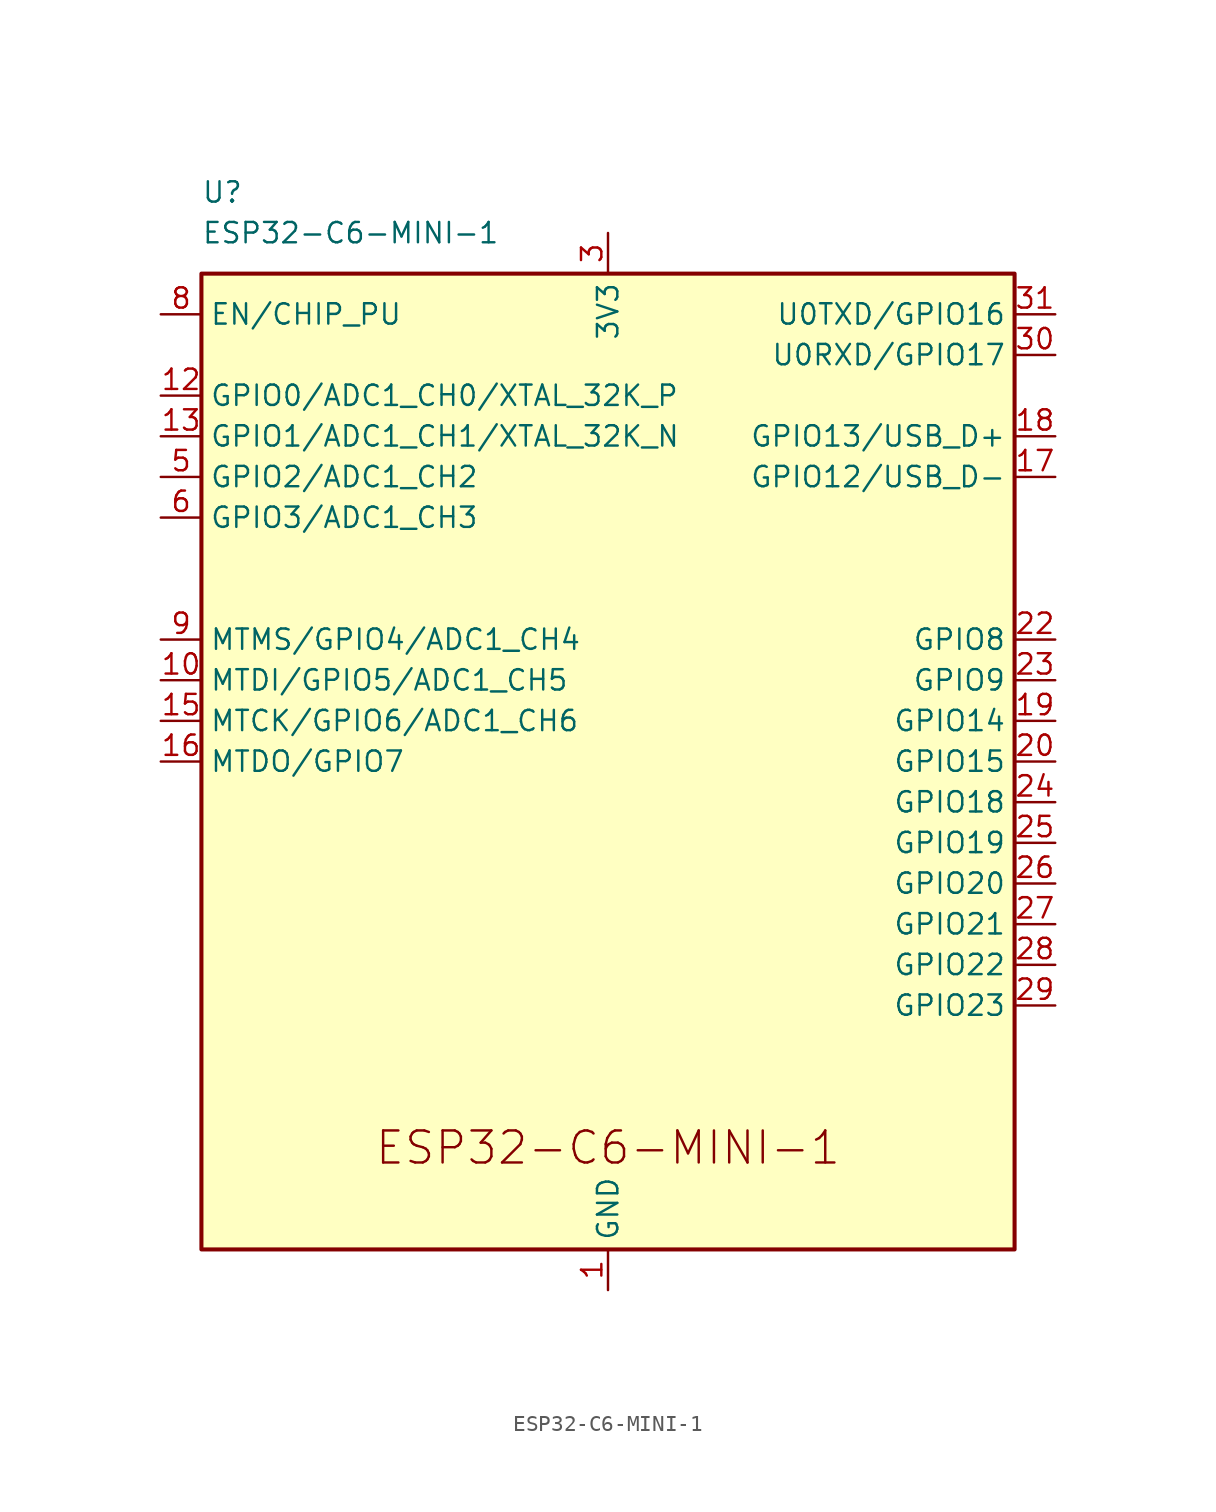
<source format=kicad_sym>
(kicad_symbol_lib
  (version 20210914)
  (generator kicad_symbol_editor)
  (symbol "ESP32-C6-MINI-1"
    (property "Reference" "U"
      (at -25.4 35.56 0)
      (effects (font (size 1.27 1.27)) (justify left)))
    (property "Value" "ESP32-C6-MINI-1"
      (at -25.4 33.02 0)
      (effects (font (size 1.27 1.27)) (justify left)))
    (symbol "ESP32-C6-MINI-1_0_0"
      (text "ESP32-C6-MINI-1" (at 0 -24.13 0) (effects (font (size 2 2)))))
    (symbol "ESP32-C6-MINI-1_0_1"
      (rectangle (start -25.4 30.48) (end 25.4 -30.48) (stroke (width 0.254) (type default)) (fill (type background))))
    (symbol "ESP32-C6-MINI-1_1_1"
      (pin power_in line (at 0 -33.02 90) (length 2.54) (name "GND" (effects (font (size 1.27 1.27)))) (number "1" (effects (font (size 1.27 1.27)))))
      (pin bidirectional line (at -27.94 5.08 0) (length 2.54) (name "MTDI/GPIO5/ADC1_CH5" (effects (font (size 1.27 1.27)))) (number "10" (effects (font (size 1.27 1.27)))))
      (pin passive line (at 0 -33.02 90) (length 2.54) hide (name "GND" (effects (font (size 1.27 1.27)))) (number "11" (effects (font (size 1.27 1.27)))))
      (pin bidirectional line (at -27.94 22.86 0) (length 2.54) (name "GPIO0/ADC1_CH0/XTAL_32K_P" (effects (font (size 1.27 1.27)))) (number "12" (effects (font (size 1.27 1.27)))))
      (pin bidirectional line (at -27.94 20.32 0) (length 2.54) (name "GPIO1/ADC1_CH1/XTAL_32K_N" (effects (font (size 1.27 1.27)))) (number "13" (effects (font (size 1.27 1.27)))))
      (pin passive line (at 0 -33.02 90) (length 2.54) hide (name "GND" (effects (font (size 1.27 1.27)))) (number "14" (effects (font (size 1.27 1.27)))))
      (pin bidirectional line (at -27.94 2.54 0) (length 2.54) (name "MTCK/GPIO6/ADC1_CH6" (effects (font (size 1.27 1.27)))) (number "15" (effects (font (size 1.27 1.27)))))
      (pin bidirectional line (at -27.94 0 0) (length 2.54) (name "MTDO/GPIO7" (effects (font (size 1.27 1.27)))) (number "16" (effects (font (size 1.27 1.27)))))
      (pin bidirectional line (at 27.94 17.78 180) (length 2.54) (name "GPIO12/USB_D-" (effects (font (size 1.27 1.27)))) (number "17" (effects (font (size 1.27 1.27)))))
      (pin bidirectional line (at 27.94 20.32 180) (length 2.54) (name "GPIO13/USB_D+" (effects (font (size 1.27 1.27)))) (number "18" (effects (font (size 1.27 1.27)))))
      (pin bidirectional line (at 27.94 2.54 180) (length 2.54) (name "GPIO14" (effects (font (size 1.27 1.27)))) (number "19" (effects (font (size 1.27 1.27)))))
      (pin passive line (at 0 -33.02 90) (length 2.54) hide (name "GND" (effects (font (size 1.27 1.27)))) (number "2" (effects (font (size 1.27 1.27)))))
      (pin bidirectional line (at 27.94 0 180) (length 2.54) (name "GPIO15" (effects (font (size 1.27 1.27)))) (number "20" (effects (font (size 1.27 1.27)))))
      (pin no_connect line (at -25.4 -10.16 0) (length 2.54) hide (name "NC" (effects (font (size 1.27 1.27)))) (number "21" (effects (font (size 1.27 1.27)))))
      (pin bidirectional line (at 27.94 7.62 180) (length 2.54) (name "GPIO8" (effects (font (size 1.27 1.27)))) (number "22" (effects (font (size 1.27 1.27)))))
      (pin bidirectional line (at 27.94 5.08 180) (length 2.54) (name "GPIO9" (effects (font (size 1.27 1.27)))) (number "23" (effects (font (size 1.27 1.27)))))
      (pin bidirectional line (at 27.94 -2.54 180) (length 2.54) (name "GPIO18" (effects (font (size 1.27 1.27)))) (number "24" (effects (font (size 1.27 1.27)))))
      (pin bidirectional line (at 27.94 -5.08 180) (length 2.54) (name "GPIO19" (effects (font (size 1.27 1.27)))) (number "25" (effects (font (size 1.27 1.27)))))
      (pin bidirectional line (at 27.94 -7.62 180) (length 2.54) (name "GPIO20" (effects (font (size 1.27 1.27)))) (number "26" (effects (font (size 1.27 1.27)))))
      (pin bidirectional line (at 27.94 -10.16 180) (length 2.54) (name "GPIO21" (effects (font (size 1.27 1.27)))) (number "27" (effects (font (size 1.27 1.27)))))
      (pin bidirectional line (at 27.94 -12.7 180) (length 2.54) (name "GPIO22" (effects (font (size 1.27 1.27)))) (number "28" (effects (font (size 1.27 1.27)))))
      (pin bidirectional line (at 27.94 -15.24 180) (length 2.54) (name "GPIO23" (effects (font (size 1.27 1.27)))) (number "29" (effects (font (size 1.27 1.27)))))
      (pin power_in line (at 0 33.02 270) (length 2.54) (name "3V3" (effects (font (size 1.27 1.27)))) (number "3" (effects (font (size 1.27 1.27)))))
      (pin bidirectional line (at 27.94 25.4 180) (length 2.54) (name "U0RXD/GPIO17" (effects (font (size 1.27 1.27)))) (number "30" (effects (font (size 1.27 1.27)))))
      (pin bidirectional line (at 27.94 27.94 180) (length 2.54) (name "U0TXD/GPIO16" (effects (font (size 1.27 1.27)))) (number "31" (effects (font (size 1.27 1.27)))))
      (pin no_connect line (at -25.4 -12.7 0) (length 2.54) hide (name "NC" (effects (font (size 1.27 1.27)))) (number "32" (effects (font (size 1.27 1.27)))))
      (pin no_connect line (at -25.4 -15.24 0) (length 2.54) hide (name "NC" (effects (font (size 1.27 1.27)))) (number "33" (effects (font (size 1.27 1.27)))))
      (pin no_connect line (at -25.4 -17.78 0) (length 2.54) hide (name "NC" (effects (font (size 1.27 1.27)))) (number "34" (effects (font (size 1.27 1.27)))))
      (pin no_connect line (at -25.4 -20.32 0) (length 2.54) hide (name "NC" (effects (font (size 1.27 1.27)))) (number "35" (effects (font (size 1.27 1.27)))))
      (pin passive line (at 0 -33.02 90) (length 2.54) hide (name "GND" (effects (font (size 1.27 1.27)))) (number "36" (effects (font (size 1.27 1.27)))))
      (pin passive line (at 0 -33.02 90) (length 2.54) hide (name "GND" (effects (font (size 1.27 1.27)))) (number "37" (effects (font (size 1.27 1.27)))))
      (pin passive line (at 0 -33.02 90) (length 2.54) hide (name "GND" (effects (font (size 1.27 1.27)))) (number "38" (effects (font (size 1.27 1.27)))))
      (pin passive line (at 0 -33.02 90) (length 2.54) hide (name "GND" (effects (font (size 1.27 1.27)))) (number "39" (effects (font (size 1.27 1.27)))))
      (pin no_connect line (at -25.4 -5.08 0) (length 2.54) hide (name "NC" (effects (font (size 1.27 1.27)))) (number "4" (effects (font (size 1.27 1.27)))))
      (pin passive line (at 0 -33.02 90) (length 2.54) hide (name "GND" (effects (font (size 1.27 1.27)))) (number "40" (effects (font (size 1.27 1.27)))))
      (pin passive line (at 0 -33.02 90) (length 2.54) hide (name "GND" (effects (font (size 1.27 1.27)))) (number "41" (effects (font (size 1.27 1.27)))))
      (pin passive line (at 0 -33.02 90) (length 2.54) hide (name "GND" (effects (font (size 1.27 1.27)))) (number "42" (effects (font (size 1.27 1.27)))))
      (pin passive line (at 0 -33.02 90) (length 2.54) hide (name "GND" (effects (font (size 1.27 1.27)))) (number "43" (effects (font (size 1.27 1.27)))))
      (pin passive line (at 0 -33.02 90) (length 2.54) hide (name "GND" (effects (font (size 1.27 1.27)))) (number "44" (effects (font (size 1.27 1.27)))))
      (pin passive line (at 0 -33.02 90) (length 2.54) hide (name "GND" (effects (font (size 1.27 1.27)))) (number "45" (effects (font (size 1.27 1.27)))))
      (pin passive line (at 0 -33.02 90) (length 2.54) hide (name "GND" (effects (font (size 1.27 1.27)))) (number "46" (effects (font (size 1.27 1.27)))))
      (pin passive line (at 0 -33.02 90) (length 2.54) hide (name "GND" (effects (font (size 1.27 1.27)))) (number "47" (effects (font (size 1.27 1.27)))))
      (pin passive line (at 0 -33.02 90) (length 2.54) hide (name "GND" (effects (font (size 1.27 1.27)))) (number "48" (effects (font (size 1.27 1.27)))))
      (pin passive line (at 0 -33.02 90) (length 2.54) hide (name "GND" (effects (font (size 1.27 1.27)))) (number "49" (effects (font (size 1.27 1.27)))))
      (pin bidirectional line (at -27.94 17.78 0) (length 2.54) (name "GPIO2/ADC1_CH2" (effects (font (size 1.27 1.27)))) (number "5" (effects (font (size 1.27 1.27)))))
      (pin passive line (at 0 -33.02 90) (length 2.54) hide (name "GND" (effects (font (size 1.27 1.27)))) (number "50" (effects (font (size 1.27 1.27)))))
      (pin passive line (at 0 -33.02 90) (length 2.54) hide (name "GND" (effects (font (size 1.27 1.27)))) (number "51" (effects (font (size 1.27 1.27)))))
      (pin passive line (at 0 -33.02 90) (length 2.54) hide (name "GND" (effects (font (size 1.27 1.27)))) (number "52" (effects (font (size 1.27 1.27)))))
      (pin passive line (at 0 -33.02 90) (length 2.54) hide (name "GND" (effects (font (size 1.27 1.27)))) (number "53" (effects (font (size 1.27 1.27)))))
      (pin bidirectional line (at -27.94 15.24 0) (length 2.54) (name "GPIO3/ADC1_CH3" (effects (font (size 1.27 1.27)))) (number "6" (effects (font (size 1.27 1.27)))))
      (pin no_connect line (at -25.4 -7.62 0) (length 2.54) hide (name "NC" (effects (font (size 1.27 1.27)))) (number "7" (effects (font (size 1.27 1.27)))))
      (pin input line (at -27.94 27.94 0) (length 2.54) (name "EN/CHIP_PU" (effects (font (size 1.27 1.27)))) (number "8" (effects (font (size 1.27 1.27)))))
      (pin bidirectional line (at -27.94 7.62 0) (length 2.54) (name "MTMS/GPIO4/ADC1_CH4" (effects (font (size 1.27 1.27)))) (number "9" (effects (font (size 1.27 1.27))))))))
</source>
